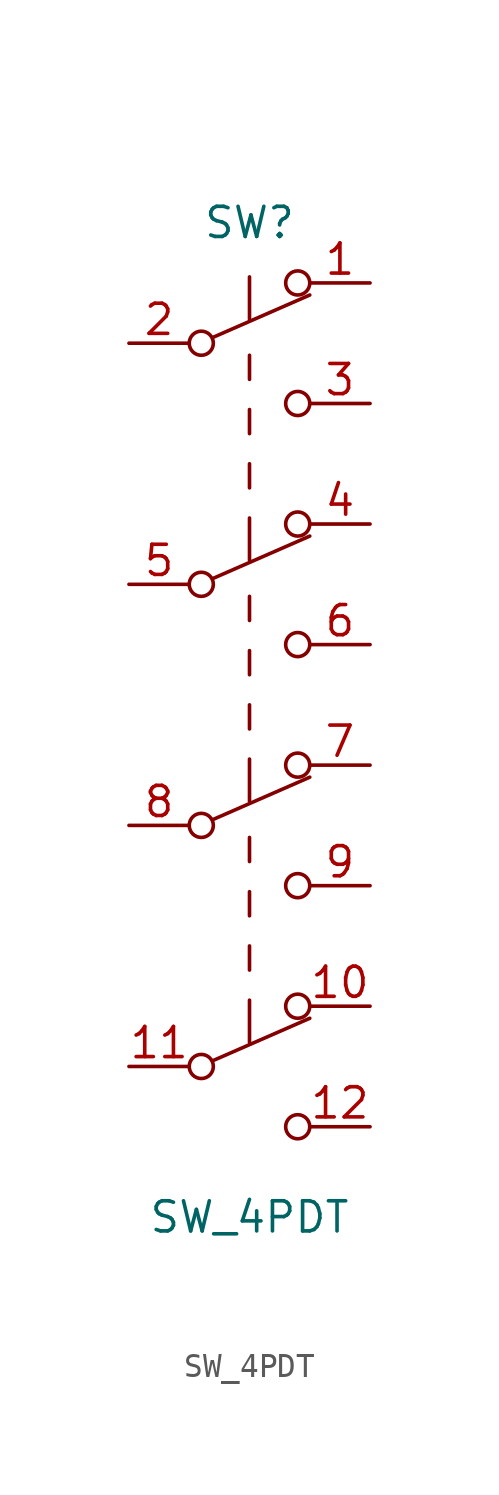
<source format=kicad_sym>
(kicad_symbol_lib
  (version 20211014)
  (generator kicad_symbol_editor)
  (symbol "SW_4PDT"
    (pin_names
      (offset 0) hide)
    (property "Reference" "SW"
      (at 0 20.32 0)
      (effects (font (size 1.27 1.27))))
    (property "Value" "SW_4PDT"
      (at 0 -21.59 0)
      (effects (font (size 1.27 1.27))))
    (symbol "SW_4PDT_0_0"
      (circle (center -2.032 5.08) (radius 0.508) (stroke (width 0) (type default) (color 0 0 0 0)) (fill (type none)))
      (circle (center -2.032 15.24) (radius 0.508) (stroke (width 0) (type default) (color 0 0 0 0)) (fill (type none)))
      (circle (center 2.032 2.54) (radius 0.508) (stroke (width 0) (type default) (color 0 0 0 0)) (fill (type none)))
      (circle (center 2.032 12.7) (radius 0.508) (stroke (width 0) (type default) (color 0 0 0 0)) (fill (type none))))
    (symbol "SW_4PDT_0_1"
      (polyline (pts (xy -1.524 5.334) (xy 2.54 7.112)) (stroke (width 0) (type default) (color 0 0 0 0)) (fill (type none)))
      (polyline (pts (xy -1.524 15.494) (xy 2.54 17.272)) (stroke (width 0) (type default) (color 0 0 0 0)) (fill (type none)))
      (polyline (pts (xy 0 7.874) (xy 0 6.096)) (stroke (width 0) (type default) (color 0 0 0 0)) (fill (type none)))
      (polyline (pts (xy 0 9.144) (xy 0 10.16)) (stroke (width 0) (type default) (color 0 0 0 0)) (fill (type none)))
      (polyline (pts (xy 0 11.43) (xy 0 12.446)) (stroke (width 0) (type default) (color 0 0 0 0)) (fill (type none)))
      (polyline (pts (xy 0 13.716) (xy 0 14.732)) (stroke (width 0) (type default) (color 0 0 0 0)) (fill (type none)))
      (polyline (pts (xy 0 18.034) (xy 0 16.256)) (stroke (width 0) (type default) (color 0 0 0 0)) (fill (type none)))
      (circle (center 2.032 7.62) (radius 0.508) (stroke (width 0) (type default) (color 0 0 0 0)) (fill (type none)))
      (circle (center 2.032 17.78) (radius 0.508) (stroke (width 0) (type default) (color 0 0 0 0)) (fill (type none))))
    (symbol "SW_4PDT_1_1"
      (circle (center -2.032 -15.24) (radius 0.508) (stroke (width 0) (type default) (color 0 0 0 0)) (fill (type none)))
      (circle (center -2.032 -5.08) (radius 0.508) (stroke (width 0) (type default) (color 0 0 0 0)) (fill (type none)))
      (polyline (pts (xy -1.524 -14.986) (xy 2.54 -13.208)) (stroke (width 0) (type default) (color 0 0 0 0)) (fill (type none)))
      (polyline (pts (xy -1.524 -4.826) (xy 2.54 -3.048)) (stroke (width 0) (type default) (color 0 0 0 0)) (fill (type none)))
      (polyline (pts (xy 0 -12.446) (xy 0 -14.224)) (stroke (width 0) (type default) (color 0 0 0 0)) (fill (type none)))
      (polyline (pts (xy 0 -11.176) (xy 0 -10.16)) (stroke (width 0) (type default) (color 0 0 0 0)) (fill (type none)))
      (polyline (pts (xy 0 -8.89) (xy 0 -7.874)) (stroke (width 0) (type default) (color 0 0 0 0)) (fill (type none)))
      (polyline (pts (xy 0 -6.604) (xy 0 -5.588)) (stroke (width 0) (type default) (color 0 0 0 0)) (fill (type none)))
      (polyline (pts (xy 0 -2.286) (xy 0 -4.064)) (stroke (width 0) (type default) (color 0 0 0 0)) (fill (type none)))
      (polyline (pts (xy 0 -1.016) (xy 0 0)) (stroke (width 0) (type default) (color 0 0 0 0)) (fill (type none)))
      (polyline (pts (xy 0 1.27) (xy 0 2.286)) (stroke (width 0) (type default) (color 0 0 0 0)) (fill (type none)))
      (polyline (pts (xy 0 3.556) (xy 0 4.572)) (stroke (width 0) (type default) (color 0 0 0 0)) (fill (type none)))
      (circle (center 2.032 -17.78) (radius 0.508) (stroke (width 0) (type default) (color 0 0 0 0)) (fill (type none)))
      (circle (center 2.032 -12.7) (radius 0.508) (stroke (width 0) (type default) (color 0 0 0 0)) (fill (type none)))
      (circle (center 2.032 -7.62) (radius 0.508) (stroke (width 0) (type default) (color 0 0 0 0)) (fill (type none)))
      (circle (center 2.032 -2.54) (radius 0.508) (stroke (width 0) (type default) (color 0 0 0 0)) (fill (type none)))
      (pin passive line (at 5.08 17.78 180) (length 2.54) (name "A" (effects (font (size 1.27 1.27)))) (number "1" (effects (font (size 1.27 1.27)))))
      (pin passive line (at 5.08 -12.7 180) (length 2.54) (name "A" (effects (font (size 1.27 1.27)))) (number "10" (effects (font (size 1.27 1.27)))))
      (pin passive line (at -5.08 -15.24 0) (length 2.54) (name "B" (effects (font (size 1.27 1.27)))) (number "11" (effects (font (size 1.27 1.27)))))
      (pin passive line (at 5.08 -17.78 180) (length 2.54) (name "C" (effects (font (size 1.27 1.27)))) (number "12" (effects (font (size 1.27 1.27)))))
      (pin passive line (at -5.08 15.24 0) (length 2.54) (name "B" (effects (font (size 1.27 1.27)))) (number "2" (effects (font (size 1.27 1.27)))))
      (pin passive line (at 5.08 12.7 180) (length 2.54) (name "C" (effects (font (size 1.27 1.27)))) (number "3" (effects (font (size 1.27 1.27)))))
      (pin passive line (at 5.08 7.62 180) (length 2.54) (name "A" (effects (font (size 1.27 1.27)))) (number "4" (effects (font (size 1.27 1.27)))))
      (pin passive line (at -5.08 5.08 0) (length 2.54) (name "B" (effects (font (size 1.27 1.27)))) (number "5" (effects (font (size 1.27 1.27)))))
      (pin passive line (at 5.08 2.54 180) (length 2.54) (name "C" (effects (font (size 1.27 1.27)))) (number "6" (effects (font (size 1.27 1.27)))))
      (pin passive line (at 5.08 -2.54 180) (length 2.54) (name "A" (effects (font (size 1.27 1.27)))) (number "7" (effects (font (size 1.27 1.27)))))
      (pin passive line (at -5.08 -5.08 0) (length 2.54) (name "B" (effects (font (size 1.27 1.27)))) (number "8" (effects (font (size 1.27 1.27)))))
      (pin passive line (at 5.08 -7.62 180) (length 2.54) (name "C" (effects (font (size 1.27 1.27)))) (number "9" (effects (font (size 1.27 1.27))))))))
</source>
